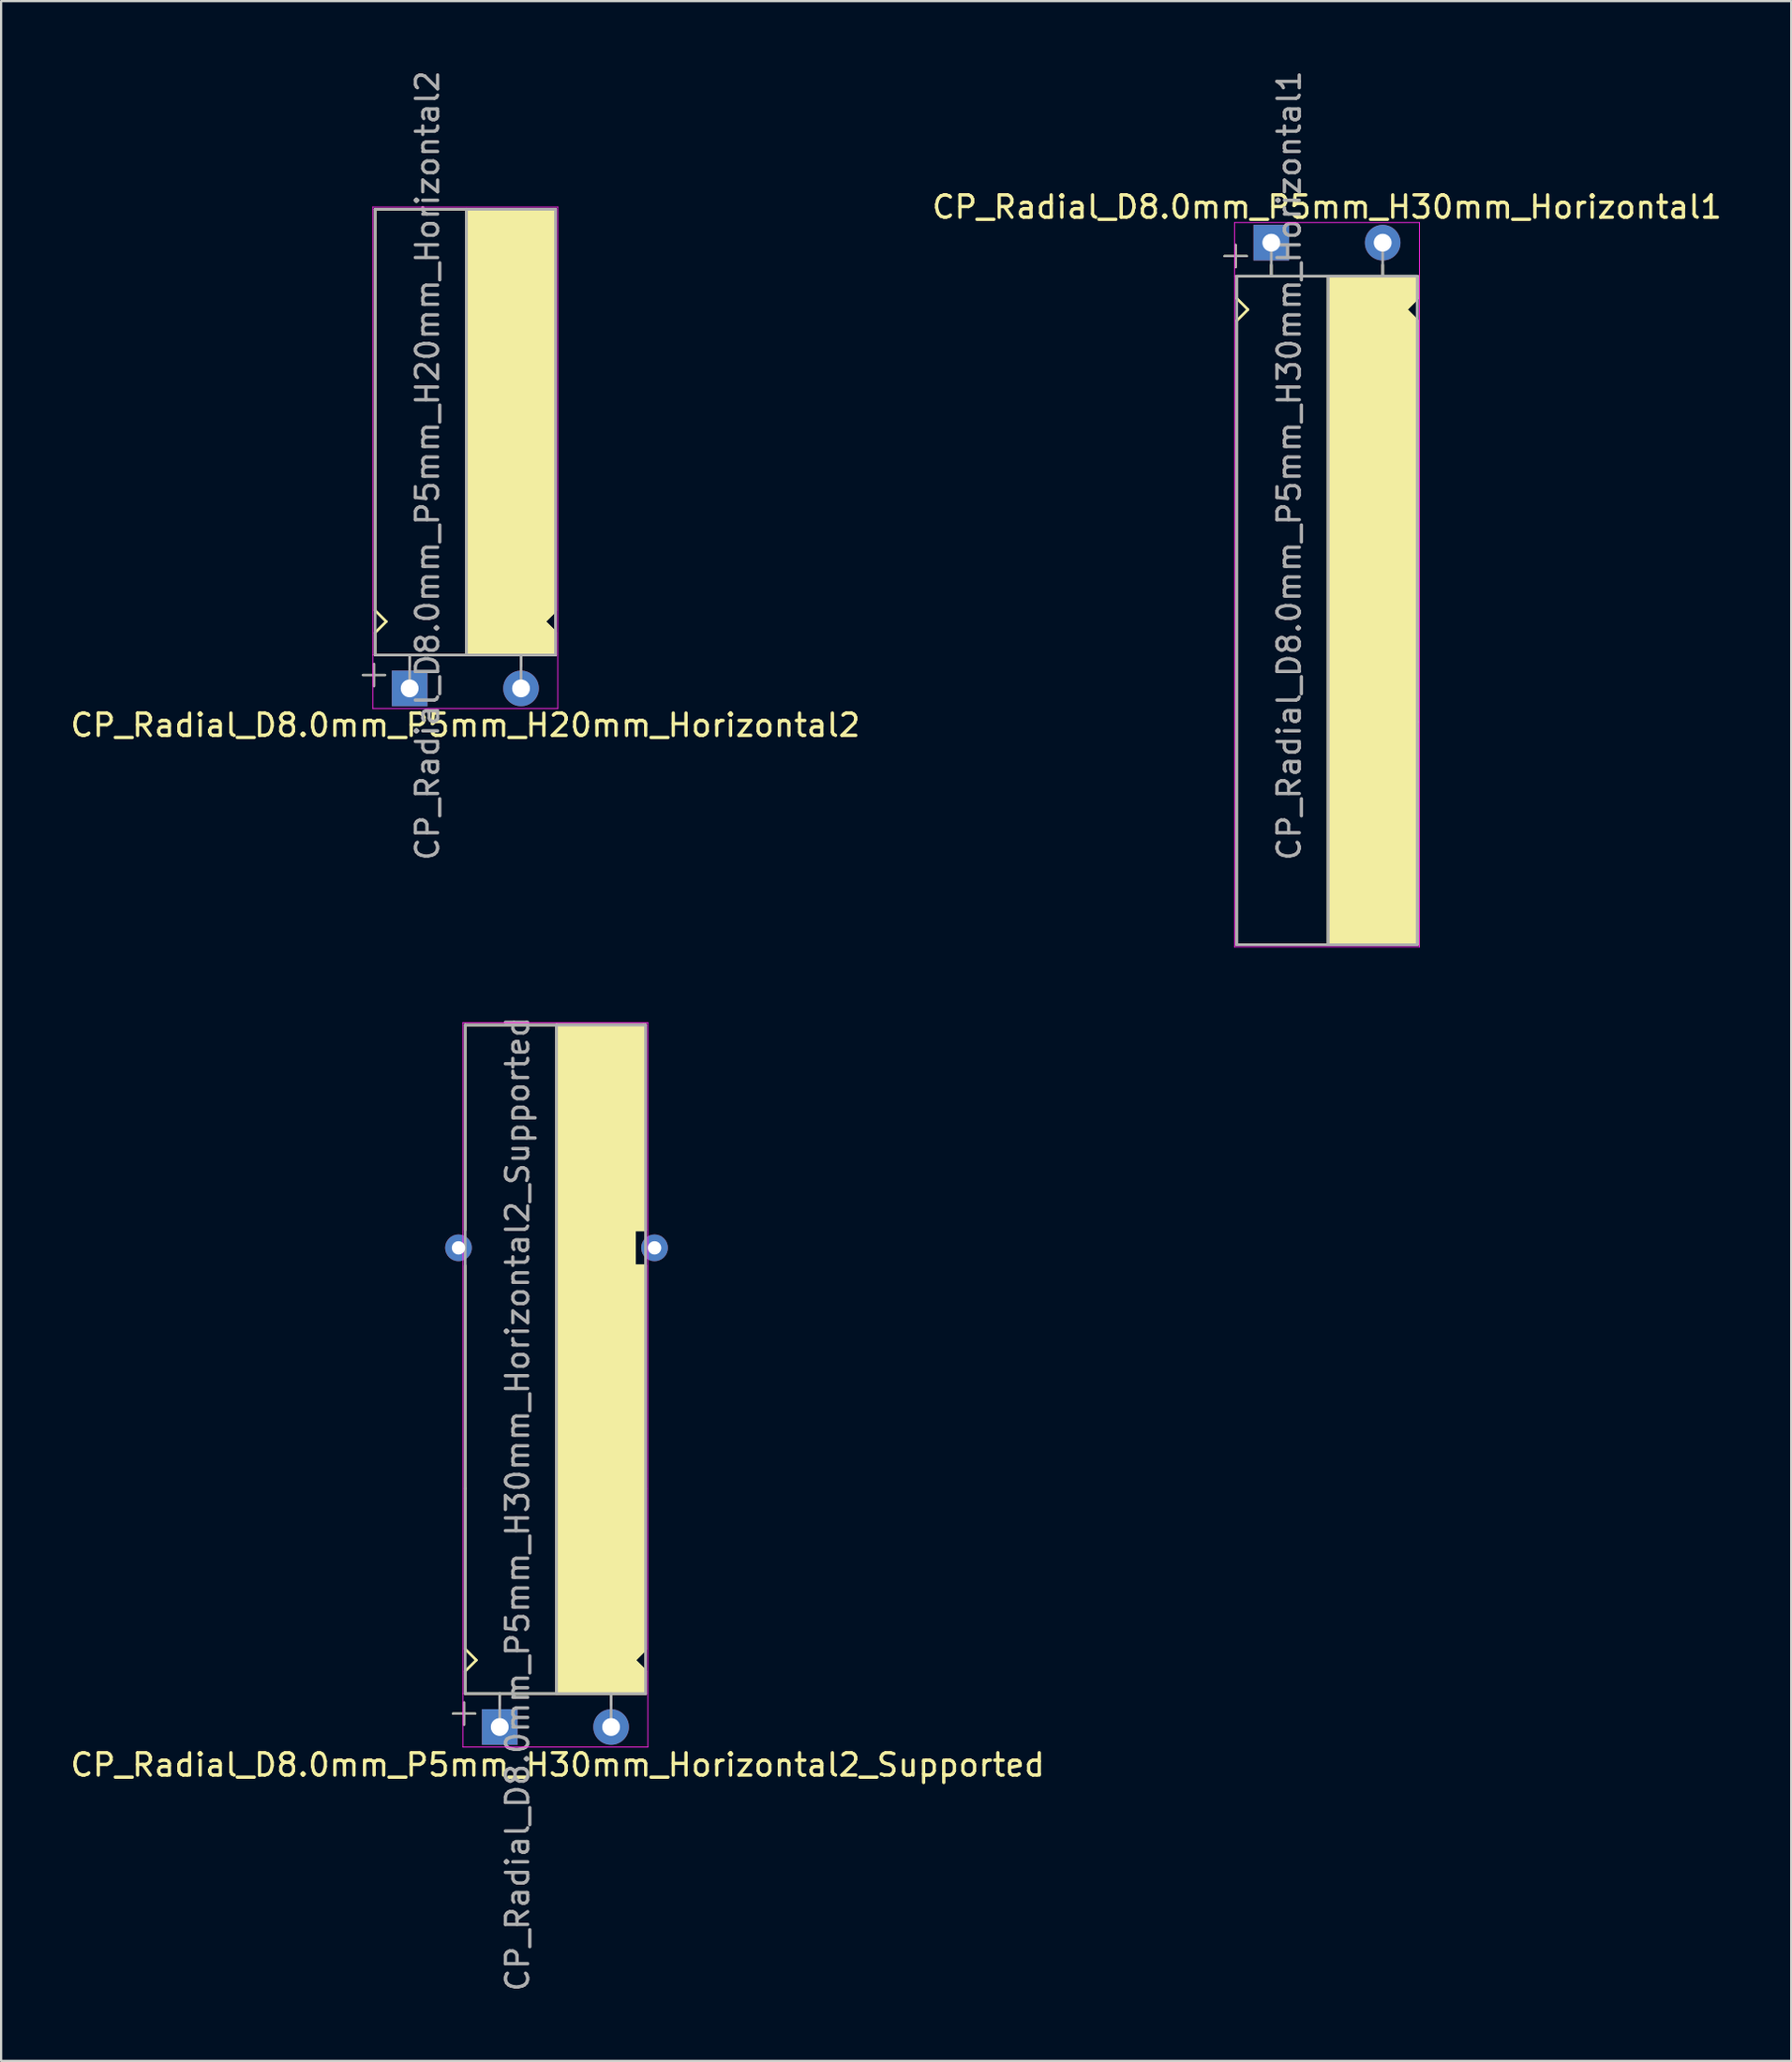
<source format=kicad_pcb>
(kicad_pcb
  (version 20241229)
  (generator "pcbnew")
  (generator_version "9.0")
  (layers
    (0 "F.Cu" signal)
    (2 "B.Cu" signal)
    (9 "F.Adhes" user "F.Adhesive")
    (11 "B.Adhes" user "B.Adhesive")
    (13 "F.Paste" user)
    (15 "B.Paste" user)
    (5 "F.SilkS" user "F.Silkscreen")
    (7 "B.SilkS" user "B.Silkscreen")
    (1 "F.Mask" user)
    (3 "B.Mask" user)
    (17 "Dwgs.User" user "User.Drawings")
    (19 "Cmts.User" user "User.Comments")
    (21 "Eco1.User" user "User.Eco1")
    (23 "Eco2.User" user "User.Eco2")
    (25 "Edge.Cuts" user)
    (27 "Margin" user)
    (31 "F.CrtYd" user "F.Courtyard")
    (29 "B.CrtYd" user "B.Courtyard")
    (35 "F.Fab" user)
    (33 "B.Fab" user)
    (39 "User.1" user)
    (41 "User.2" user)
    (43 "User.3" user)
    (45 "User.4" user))
  (footprint "CP_Radial_D8.0mm_P5mm_H20mm_Horizontal2"
    (layer "F.Cu")
    (at 16.139 27.839)
    (property "Reference" "CP_Radial_D8.0mm_P5mm_H20mm_Horizontal2" (at 1.7 1.65 0) (layer "F.SilkS") (effects (font (size 1 1) (thickness 0.15))))
    (attr through_hole)
    (fp_line (start -2.9 -0.6) (end -1.9 -0.6) (stroke (width 0.1) (type solid)) (layer "F.SilkS"))
    (fp_line (start -2.4 -0.1) (end -2.4 -1.1) (stroke (width 0.1) (type solid)) (layer "F.SilkS"))
    (fp_line (start -2.35 -21.5) (end 5.65 -21.5) (stroke (width 0.12) (type solid)) (layer "F.SilkS"))
    (fp_line (start -2.35 -3.5) (end -2.35 -21.5) (stroke (width 0.12) (type solid)) (layer "F.SilkS"))
    (fp_line (start -2.35 -3.5) (end -1.85 -3) (stroke (width 0.12) (type solid)) (layer "F.SilkS"))
    (fp_line (start -2.35 -2.5) (end -2.35 -1.5) (stroke (width 0.12) (type solid)) (layer "F.SilkS"))
    (fp_line (start -2.35 -1.5) (end 5.75 -1.5) (stroke (width 0.12) (type solid)) (layer "F.SilkS"))
    (fp_line (start -1.85 -3) (end -2.35 -2.5) (stroke (width 0.12) (type solid)) (layer "F.SilkS"))
    (fp_line (start -0.8 -1) (end -0.8 -1.5) (stroke (width 0.12) (type solid)) (layer "F.SilkS"))
    (fp_line (start 1.75 -21.5) (end 1.75 -1.5) (stroke (width 0.12) (type solid)) (layer "F.SilkS"))
    (fp_line (start 4.2 -1) (end 4.2 -1.5) (stroke (width 0.12) (type solid)) (layer "F.SilkS"))
    (fp_line (start 5.25 -3) (end 5.75 -2.5) (stroke (width 0.12) (type solid)) (layer "F.SilkS"))
    (fp_line (start 5.75 -21.5) (end 5.65 -21.5) (stroke (width 0.12) (type solid)) (layer "F.SilkS"))
    (fp_line (start 5.75 -3.5) (end 5.25 -3) (stroke (width 0.12) (type solid)) (layer "F.SilkS"))
    (fp_line (start 5.75 -3.5) (end 5.75 -21.5) (stroke (width 0.12) (type solid)) (layer "F.SilkS"))
    (fp_line (start 5.75 -2.5) (end 5.75 -1.5) (stroke (width 0.12) (type solid)) (layer "F.SilkS"))
    (fp_poly (pts (xy 5.75 -2.5) (xy 5.25 -3) (xy 5.75 -3.5) (xy 5.75 -21.5) (xy 1.75 -21.5) (xy 1.75 -1.5) (xy 5.75 -1.5)) (stroke (width 0.1) (type solid)) (fill yes) (layer "F.SilkS"))
    (fp_line (start -2.45 -21.6) (end -2.45 -1.5) (stroke (width 0.04) (type solid)) (layer "F.CrtYd"))
    (fp_line (start -2.45 -1.5) (end -2.45 0.9) (stroke (width 0.04) (type solid)) (layer "F.CrtYd"))
    (fp_line (start -2.45 0.9) (end 5.85 0.9) (stroke (width 0.04) (type solid)) (layer "F.CrtYd"))
    (fp_line (start 5.85 -21.6) (end -2.45 -21.6) (stroke (width 0.04) (type solid)) (layer "F.CrtYd"))
    (fp_line (start 5.85 0.9) (end 5.85 -21.6) (stroke (width 0.04) (type solid)) (layer "F.CrtYd"))
    (fp_line (start -2.9 -0.6) (end -1.9 -0.6) (stroke (width 0.1) (type solid)) (layer "F.Fab"))
    (fp_line (start -2.4 -0.1) (end -2.4 -1.1) (stroke (width 0.1) (type solid)) (layer "F.Fab"))
    (fp_line (start -2.35 -21.5) (end -2.35 -1.5) (stroke (width 0.12) (type solid)) (layer "F.Fab"))
    (fp_line (start -2.35 -1.5) (end 5.75 -1.5) (stroke (width 0.12) (type solid)) (layer "F.Fab"))
    (fp_line (start -0.8 -1.5) (end -0.8 0) (stroke (width 0.12) (type solid)) (layer "F.Fab"))
    (fp_line (start 1.75 -1.5) (end 1.75 -21.5) (stroke (width 0.12) (type solid)) (layer "F.Fab"))
    (fp_line (start 4.2 -1.5) (end 4.2 0) (stroke (width 0.12) (type solid)) (layer "F.Fab"))
    (fp_line (start 5.75 -21.5) (end -2.35 -21.5) (stroke (width 0.12) (type solid)) (layer "F.Fab"))
    (fp_line (start 5.75 -1.5) (end 5.75 -21.5) (stroke (width 0.12) (type solid)) (layer "F.Fab"))
    (fp_poly (pts (xy 5.75 -21.5) (xy 1.75 -21.5) (xy 1.75 -1.5) (xy 5.75 -1.5)) (stroke (width 0.1) (type solid)) (fill no) (layer "F.Fab"))
    (fp_text user "${REFERENCE}" (at 0 -10 90) (layer "F.Fab") (effects (font (size 1 1) (thickness 0.15))))
    (pad "1" thru_hole rect (at -0.8 0) (size 1.6 1.6) (drill 0.8) (layers "*.Cu" "*.Mask"))
    (pad "2" thru_hole circle (at 4.2 0) (size 1.6 1.6) (drill 0.8) (layers "*.Cu" "*.Mask")))
  (footprint "CP_Radial_D8.0mm_P5mm_H30mm_Horizontal1"
    (layer "F.Cu")
    (at 54.818 7.839)
    (property "Reference" "CP_Radial_D8.0mm_P5mm_H30mm_Horizontal1" (at 1.7 -1.6 0) (layer "F.SilkS") (effects (font (size 1 1) (thickness 0.15))))
    (attr through_hole)
    (fp_line (start -2.9 0.6) (end -1.9 0.6) (stroke (width 0.1) (type solid)) (layer "F.SilkS"))
    (fp_line (start -2.4 1.1) (end -2.4 0.1) (stroke (width 0.1) (type solid)) (layer "F.SilkS"))
    (fp_line (start -2.35 1.5) (end 5.75 1.5) (stroke (width 0.12) (type solid)) (layer "F.SilkS"))
    (fp_line (start -2.35 2.5) (end -2.35 1.5) (stroke (width 0.12) (type solid)) (layer "F.SilkS"))
    (fp_line (start -2.35 3.5) (end -2.35 31.5) (stroke (width 0.12) (type solid)) (layer "F.SilkS"))
    (fp_line (start -2.35 3.5) (end -1.85 3) (stroke (width 0.12) (type solid)) (layer "F.SilkS"))
    (fp_line (start -2.35 31.5) (end 5.75 31.5) (stroke (width 0.12) (type solid)) (layer "F.SilkS"))
    (fp_line (start -1.85 3) (end -2.35 2.5) (stroke (width 0.12) (type solid)) (layer "F.SilkS"))
    (fp_line (start -0.8 1) (end -0.8 1.5) (stroke (width 0.12) (type solid)) (layer "F.SilkS"))
    (fp_line (start 1.75 31.5) (end 1.75 1.5) (stroke (width 0.12) (type solid)) (layer "F.SilkS"))
    (fp_line (start 4.2 1) (end 4.2 1.5) (stroke (width 0.12) (type solid)) (layer "F.SilkS"))
    (fp_line (start 5.25 3) (end 5.75 2.5) (stroke (width 0.12) (type solid)) (layer "F.SilkS"))
    (fp_line (start 5.75 2.5) (end 5.75 1.5) (stroke (width 0.12) (type solid)) (layer "F.SilkS"))
    (fp_line (start 5.75 3.5) (end 5.25 3) (stroke (width 0.12) (type solid)) (layer "F.SilkS"))
    (fp_line (start 5.75 3.5) (end 5.75 31.5) (stroke (width 0.12) (type solid)) (layer "F.SilkS"))
    (fp_line (start 5.75 21.5) (end 5.65 21.5) (stroke (width 0.12) (type solid)) (layer "F.SilkS"))
    (fp_poly (pts (xy 5.75 2.5) (xy 5.25 3) (xy 5.75 3.5) (xy 5.75 31.5) (xy 1.75 31.5) (xy 1.75 1.5) (xy 5.75 1.5)) (stroke (width 0.1) (type solid)) (fill yes) (layer "F.SilkS"))
    (fp_line (start -2.45 -0.9) (end 5.85 -0.9) (stroke (width 0.04) (type solid)) (layer "F.CrtYd"))
    (fp_line (start -2.45 1.5) (end -2.45 -0.9) (stroke (width 0.04) (type solid)) (layer "F.CrtYd"))
    (fp_line (start -2.45 31.6) (end -2.45 1.5) (stroke (width 0.04) (type solid)) (layer "F.CrtYd"))
    (fp_line (start 5.85 -0.9) (end 5.85 31.6) (stroke (width 0.04) (type solid)) (layer "F.CrtYd"))
    (fp_line (start 5.85 31.6) (end -2.45 31.6) (stroke (width 0.04) (type solid)) (layer "F.CrtYd"))
    (fp_line (start -2.9 0.6) (end -1.9 0.6) (stroke (width 0.1) (type solid)) (layer "F.Fab"))
    (fp_line (start -2.4 1.1) (end -2.4 0.1) (stroke (width 0.1) (type solid)) (layer "F.Fab"))
    (fp_line (start -2.35 1.5) (end 5.75 1.5) (stroke (width 0.12) (type solid)) (layer "F.Fab"))
    (fp_line (start -2.35 31.5) (end -2.35 1.5) (stroke (width 0.12) (type solid)) (layer "F.Fab"))
    (fp_line (start -0.8 1.5) (end -0.8 0) (stroke (width 0.12) (type solid)) (layer "F.Fab"))
    (fp_line (start 1.75 1.5) (end 1.75 31.5) (stroke (width 0.12) (type solid)) (layer "F.Fab"))
    (fp_line (start 4.2 1.5) (end 4.2 0) (stroke (width 0.12) (type solid)) (layer "F.Fab"))
    (fp_line (start 5.75 1.5) (end 5.75 31.5) (stroke (width 0.12) (type solid)) (layer "F.Fab"))
    (fp_line (start 5.75 31.5) (end -2.35 31.5) (stroke (width 0.12) (type solid)) (layer "F.Fab"))
    (fp_poly (pts (xy 5.75 31.5) (xy 1.75 31.5) (xy 1.75 1.5) (xy 5.75 1.5)) (stroke (width 0.1) (type solid)) (fill no) (layer "F.Fab"))
    (fp_text user "${REFERENCE}" (at 0 10 90) (layer "F.Fab") (effects (font (size 1 1) (thickness 0.15))))
    (pad "1" thru_hole rect (at -0.8 0) (size 1.6 1.6) (drill 0.8) (layers "*.Cu" "*.Mask"))
    (pad "2" thru_hole circle (at 4.2 0) (size 1.6 1.6) (drill 0.8) (layers "*.Cu" "*.Mask")))
  (footprint "CP_Radial_D8.0mm_P5mm_H30mm_Horizontal2_Supported"
    (layer "F.Cu")
    (at 20.182 74.441)
    (property "Reference" "CP_Radial_D8.0mm_P5mm_H30mm_Horizontal2_Supported" (at 1.8 1.7 0) (layer "F.SilkS") (effects (font (size 1 1) (thickness 0.15))))
    (attr through_hole)
    (fp_line (start -2.9 -0.6) (end -1.9 -0.6) (stroke (width 0.1) (type solid)) (layer "F.SilkS"))
    (fp_line (start -2.4 -0.1) (end -2.4 -1.1) (stroke (width 0.1) (type solid)) (layer "F.SilkS"))
    (fp_line (start -2.35 -31.5) (end 5.65 -31.5) (stroke (width 0.12) (type solid)) (layer "F.SilkS"))
    (fp_line (start -2.35 -22.3) (end -2.35 -31.5) (stroke (width 0.12) (type solid)) (layer "F.SilkS"))
    (fp_line (start -2.35 -10.7) (end -2.35 -20.7) (stroke (width 0.12) (type solid)) (layer "F.SilkS"))
    (fp_line (start -2.35 -10.7) (end -2.35 -3.5) (stroke (width 0.12) (type solid)) (layer "F.SilkS"))
    (fp_line (start -2.35 -2.5) (end -1.85 -3) (stroke (width 0.12) (type solid)) (layer "F.SilkS"))
    (fp_line (start -2.35 -1.5) (end -2.35 -2.5) (stroke (width 0.12) (type solid)) (layer "F.SilkS"))
    (fp_line (start -2.35 -1.5) (end 5.75 -1.5) (stroke (width 0.12) (type solid)) (layer "F.SilkS"))
    (fp_line (start -1.85 -3) (end -2.35 -3.5) (stroke (width 0.12) (type solid)) (layer "F.SilkS"))
    (fp_line (start -0.8 -1) (end -0.8 -1.5) (stroke (width 0.12) (type solid)) (layer "F.SilkS"))
    (fp_line (start 1.75 -31.5) (end 1.75 -1.5) (stroke (width 0.12) (type solid)) (layer "F.SilkS"))
    (fp_line (start 4.2 -1) (end 4.2 -1.5) (stroke (width 0.12) (type solid)) (layer "F.SilkS"))
    (fp_line (start 5.25 -22.3) (end 5.75 -22.3) (stroke (width 0.12) (type solid)) (layer "F.SilkS"))
    (fp_line (start 5.25 -20.7) (end 5.25 -22.3) (stroke (width 0.12) (type solid)) (layer "F.SilkS"))
    (fp_line (start 5.25 -3) (end 5.75 -2.5) (stroke (width 0.12) (type solid)) (layer "F.SilkS"))
    (fp_line (start 5.75 -31.5) (end 5.65 -31.5) (stroke (width 0.12) (type solid)) (layer "F.SilkS"))
    (fp_line (start 5.75 -22.3) (end 5.75 -31.5) (stroke (width 0.12) (type solid)) (layer "F.SilkS"))
    (fp_line (start 5.75 -20.7) (end 5.25 -20.7) (stroke (width 0.12) (type solid)) (layer "F.SilkS"))
    (fp_line (start 5.75 -20.7) (end 5.75 -10.7) (stroke (width 0.12) (type solid)) (layer "F.SilkS"))
    (fp_line (start 5.75 -10.7) (end 5.75 -3.5) (stroke (width 0.12) (type solid)) (layer "F.SilkS"))
    (fp_line (start 5.75 -3.5) (end 5.25 -3) (stroke (width 0.12) (type solid)) (layer "F.SilkS"))
    (fp_line (start 5.75 -2.5) (end 5.75 -1.5) (stroke (width 0.12) (type solid)) (layer "F.SilkS"))
    (fp_poly (pts (xy 5.75 -2.5) (xy 5.25 -3) (xy 5.75 -3.5) (xy 5.75 -20.7) (xy 5.25 -20.7) (xy 5.25 -22.3) (xy 5.75 -22.3) (xy 5.75 -31.5) (xy 1.75 -31.5) (xy 1.75 -1.5) (xy 5.75 -1.5)) (stroke (width 0.1) (type solid)) (fill yes) (layer "F.SilkS"))
    (fp_line (start -2.45 -31.6) (end -2.45 -1.5) (stroke (width 0.04) (type solid)) (layer "F.CrtYd"))
    (fp_line (start -2.45 -1.5) (end -2.45 0.9) (stroke (width 0.04) (type solid)) (layer "F.CrtYd"))
    (fp_line (start -2.45 0.9) (end 5.85 0.9) (stroke (width 0.04) (type solid)) (layer "F.CrtYd"))
    (fp_line (start 5.85 -31.6) (end -2.45 -31.6) (stroke (width 0.04) (type solid)) (layer "F.CrtYd"))
    (fp_line (start 5.85 0.9) (end 5.85 -31.6) (stroke (width 0.04) (type solid)) (layer "F.CrtYd"))
    (fp_line (start -2.9 -0.6) (end -1.9 -0.6) (stroke (width 0.1) (type solid)) (layer "F.Fab"))
    (fp_line (start -2.4 -0.1) (end -2.4 -1.1) (stroke (width 0.1) (type solid)) (layer "F.Fab"))
    (fp_line (start -2.35 -31.5) (end -2.35 -1.5) (stroke (width 0.12) (type solid)) (layer "F.Fab"))
    (fp_line (start -2.35 -1.5) (end 5.75 -1.5) (stroke (width 0.12) (type solid)) (layer "F.Fab"))
    (fp_line (start -0.8 -1.5) (end -0.8 0) (stroke (width 0.12) (type solid)) (layer "F.Fab"))
    (fp_line (start 1.75 -1.5) (end 1.75 -31.5) (stroke (width 0.12) (type solid)) (layer "F.Fab"))
    (fp_line (start 4.2 -1.5) (end 4.2 0) (stroke (width 0.12) (type solid)) (layer "F.Fab"))
    (fp_line (start 5.75 -31.5) (end -2.35 -31.5) (stroke (width 0.12) (type solid)) (layer "F.Fab"))
    (fp_line (start 5.75 -1.5) (end 5.75 -31.5) (stroke (width 0.12) (type solid)) (layer "F.Fab"))
    (fp_poly (pts (xy 5.75 -1.5) (xy 1.75 -1.5) (xy 1.75 -31.5) (xy 5.75 -31.5)) (stroke (width 0.1) (type solid)) (fill no) (layer "F.Fab"))
    (fp_text user "${REFERENCE}" (at 0 -10 90) (layer "F.Fab") (effects (font (size 1 1) (thickness 0.15))))
    (pad "" thru_hole circle (at -2.65 -21.5 180) (size 1.2 1.2) (drill 0.6) (layers "*.Cu" "*.Mask"))
    (pad "" thru_hole circle (at 6.15 -21.5 180) (size 1.2 1.2) (drill 0.6) (layers "*.Cu" "*.Mask"))
    (pad "1" thru_hole rect (at -0.8 0) (size 1.6 1.6) (drill 0.8) (layers "*.Cu" "*.Mask"))
    (pad "2" thru_hole circle (at 4.2 0) (size 1.6 1.6) (drill 0.8) (layers "*.Cu" "*.Mask")))
  (gr_rect
    (start -3 -3)
    (end 77.357 89.424)
    (stroke (width 0.1) (type default))
    (fill no)
    (layer "Edge.Cuts")))
</source>
